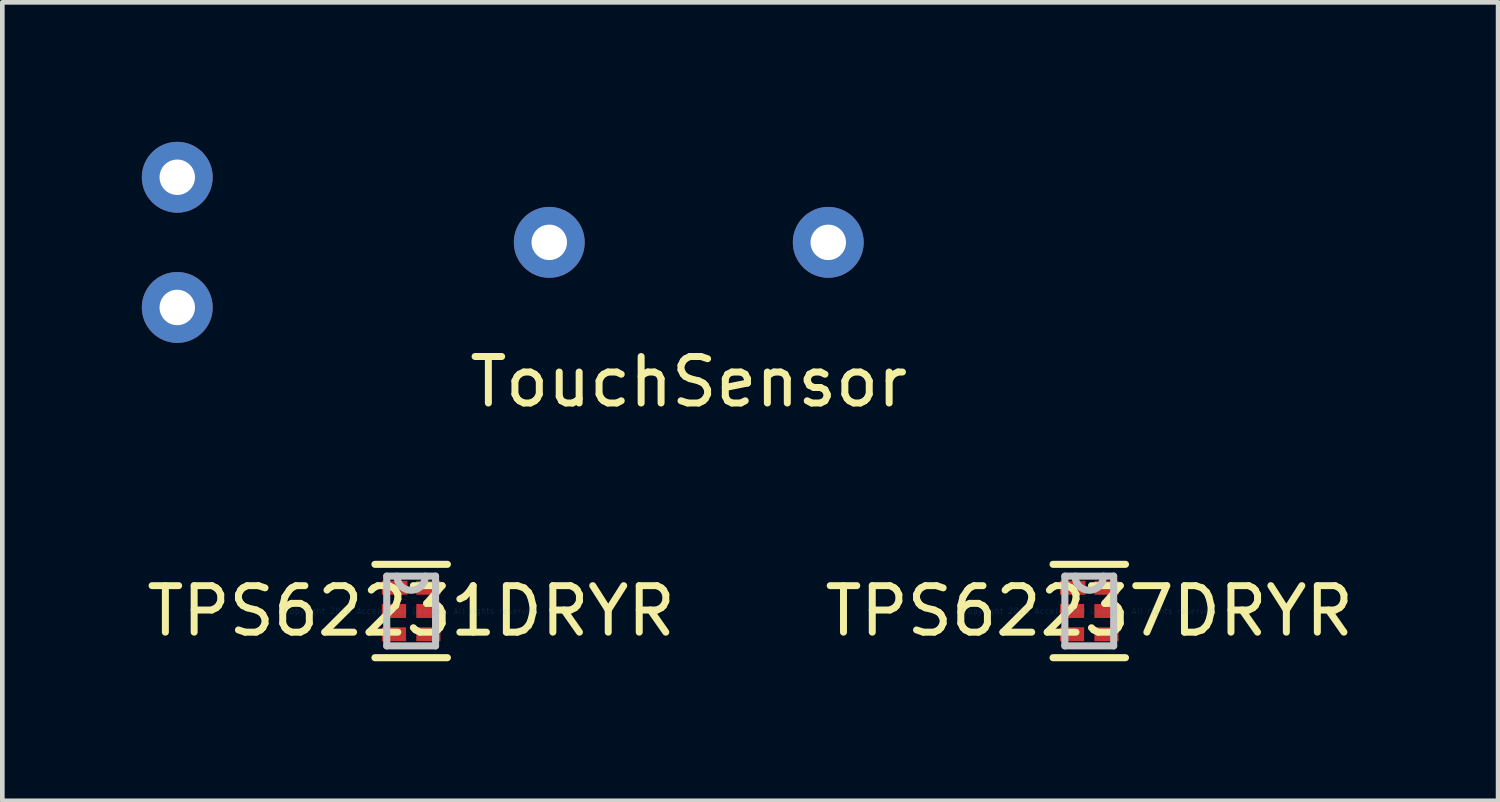
<source format=kicad_pcb>
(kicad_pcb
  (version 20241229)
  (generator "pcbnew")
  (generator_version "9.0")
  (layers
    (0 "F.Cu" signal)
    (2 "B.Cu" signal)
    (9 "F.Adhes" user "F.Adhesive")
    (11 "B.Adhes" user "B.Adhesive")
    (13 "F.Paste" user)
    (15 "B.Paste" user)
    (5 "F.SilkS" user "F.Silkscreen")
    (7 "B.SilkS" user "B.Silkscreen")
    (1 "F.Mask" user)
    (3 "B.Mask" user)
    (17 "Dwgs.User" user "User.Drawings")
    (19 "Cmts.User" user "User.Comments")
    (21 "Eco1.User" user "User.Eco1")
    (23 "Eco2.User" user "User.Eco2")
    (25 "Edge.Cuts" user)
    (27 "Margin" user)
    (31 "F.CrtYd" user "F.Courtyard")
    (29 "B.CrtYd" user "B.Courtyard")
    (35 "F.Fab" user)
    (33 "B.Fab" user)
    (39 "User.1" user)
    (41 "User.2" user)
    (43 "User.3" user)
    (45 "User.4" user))
  (footprint "TPS62237DRYR"
    (layer "F.Cu")
    (at 20.375 10.09)
    (property "Reference" "TPS62237DRYR" (at 0 0 0) (layer "F.SilkS") (effects (font (size 1 1) (thickness 0.15))))
    (attr through_hole)
    (fp_line (start -0.779 1.004) (end 0.779 1.004) (stroke (width 0.152) (type solid)) (layer "F.SilkS"))
    (fp_line (start 0.779 -1.004) (end -0.779 -1.004) (stroke (width 0.152) (type solid)) (layer "F.SilkS"))
    (fp_line (start -0.525 -0.75) (end -0.525 0.75) (stroke (width 0.152) (type solid)) (layer "Dwgs.User"))
    (fp_line (start -0.525 0.75) (end 0.525 0.75) (stroke (width 0.152) (type solid)) (layer "Dwgs.User"))
    (fp_line (start 0.525 -0.75) (end -0.525 -0.75) (stroke (width 0.152) (type solid)) (layer "Dwgs.User"))
    (fp_line (start 0.525 0.75) (end 0.525 -0.75) (stroke (width 0.152) (type solid)) (layer "Dwgs.User"))
    (fp_arc (start 0.3048 -0.75) (mid 0 -0.4452) (end -0.3048 -0.75) (stroke (width 0.1524) (type solid)) (layer "Dwgs.User"))
    (fp_text user "Copyright 2016 Accelerated Designs. All rights reserved." (at 0 0 0) (layer "Cmts.User") (effects (font (size 0.127 0.127) (thickness 0.002))))
    (pad "1" smd rect (at -0.355 -0.5) (size 0.55 0.3) (layers "F.Cu" "F.Mask" "F.Paste"))
    (pad "2" smd rect (at -0.37 0) (size 0.52 0.3) (layers "F.Cu" "F.Mask" "F.Paste"))
    (pad "3" smd rect (at -0.37 0.5) (size 0.52 0.3) (layers "F.Cu" "F.Mask" "F.Paste"))
    (pad "4" smd rect (at 0.37 0.5) (size 0.52 0.3) (layers "F.Cu" "F.Mask" "F.Paste"))
    (pad "5" smd rect (at 0.37 0) (size 0.52 0.3) (layers "F.Cu" "F.Mask" "F.Paste"))
    (pad "6" smd rect (at 0.37 -0.5) (size 0.52 0.3) (layers "F.Cu" "F.Mask" "F.Paste")))
  (footprint "TouchSensor"
    (layer "F.Cu")
    (at 11.762 2.162)
    (property "Reference" "TouchSensor" (at 0 3 0) (layer "F.SilkS") (effects (font (size 1 1) (thickness 0.15))))
    (attr through_hole)
    (pad "1" thru_hole circle (at 3 0) (size 1.524 1.524) (drill 0.762) (layers "*.Cu" "*.Mask"))
    (pad "2" thru_hole circle (at -3 0) (size 1.524 1.524) (drill 0.762) (layers "*.Cu" "*.Mask"))
    (pad "3" thru_hole circle (at -11 1.4) (size 1.524 1.524) (drill 0.762) (layers "*.Cu" "*.Mask"))
    (pad "4" thru_hole circle (at -11 -1.4) (size 1.524 1.524) (drill 0.762) (layers "*.Cu" "*.Mask")))
  (footprint "TPS62231DRYR"
    (layer "F.Cu")
    (at 5.792 10.09)
    (property "Reference" "TPS62231DRYR" (at 0 0 0) (layer "F.SilkS") (effects (font (size 1 1) (thickness 0.15))))
    (attr through_hole)
    (fp_line (start -0.779 1.004) (end 0.779 1.004) (stroke (width 0.152) (type solid)) (layer "F.SilkS"))
    (fp_line (start 0.779 -1.004) (end -0.779 -1.004) (stroke (width 0.152) (type solid)) (layer "F.SilkS"))
    (fp_line (start -0.525 -0.75) (end -0.525 0.75) (stroke (width 0.152) (type solid)) (layer "Dwgs.User"))
    (fp_line (start -0.525 0.75) (end 0.525 0.75) (stroke (width 0.152) (type solid)) (layer "Dwgs.User"))
    (fp_line (start 0.525 -0.75) (end -0.525 -0.75) (stroke (width 0.152) (type solid)) (layer "Dwgs.User"))
    (fp_line (start 0.525 0.75) (end 0.525 -0.75) (stroke (width 0.152) (type solid)) (layer "Dwgs.User"))
    (fp_arc (start 0.3048 -0.75) (mid 0 -0.4452) (end -0.3048 -0.75) (stroke (width 0.1524) (type solid)) (layer "Dwgs.User"))
    (fp_text user "Copyright 2016 Accelerated Designs. All rights reserved." (at 0 0 0) (layer "Cmts.User") (effects (font (size 0.127 0.127) (thickness 0.002))))
    (pad "1" smd rect (at -0.355 -0.5) (size 0.55 0.3) (layers "F.Cu" "F.Mask" "F.Paste"))
    (pad "2" smd rect (at -0.37 0) (size 0.52 0.3) (layers "F.Cu" "F.Mask" "F.Paste"))
    (pad "3" smd rect (at -0.37 0.5) (size 0.52 0.3) (layers "F.Cu" "F.Mask" "F.Paste"))
    (pad "4" smd rect (at 0.37 0.5) (size 0.52 0.3) (layers "F.Cu" "F.Mask" "F.Paste"))
    (pad "5" smd rect (at 0.37 0) (size 0.52 0.3) (layers "F.Cu" "F.Mask" "F.Paste"))
    (pad "6" smd rect (at 0.37 -0.5) (size 0.52 0.3) (layers "F.Cu" "F.Mask" "F.Paste")))
  (gr_rect
    (start -3 -3)
    (end 29.167 14.171)
    (stroke (width 0.1) (type default))
    (fill no)
    (layer "Edge.Cuts")))
</source>
